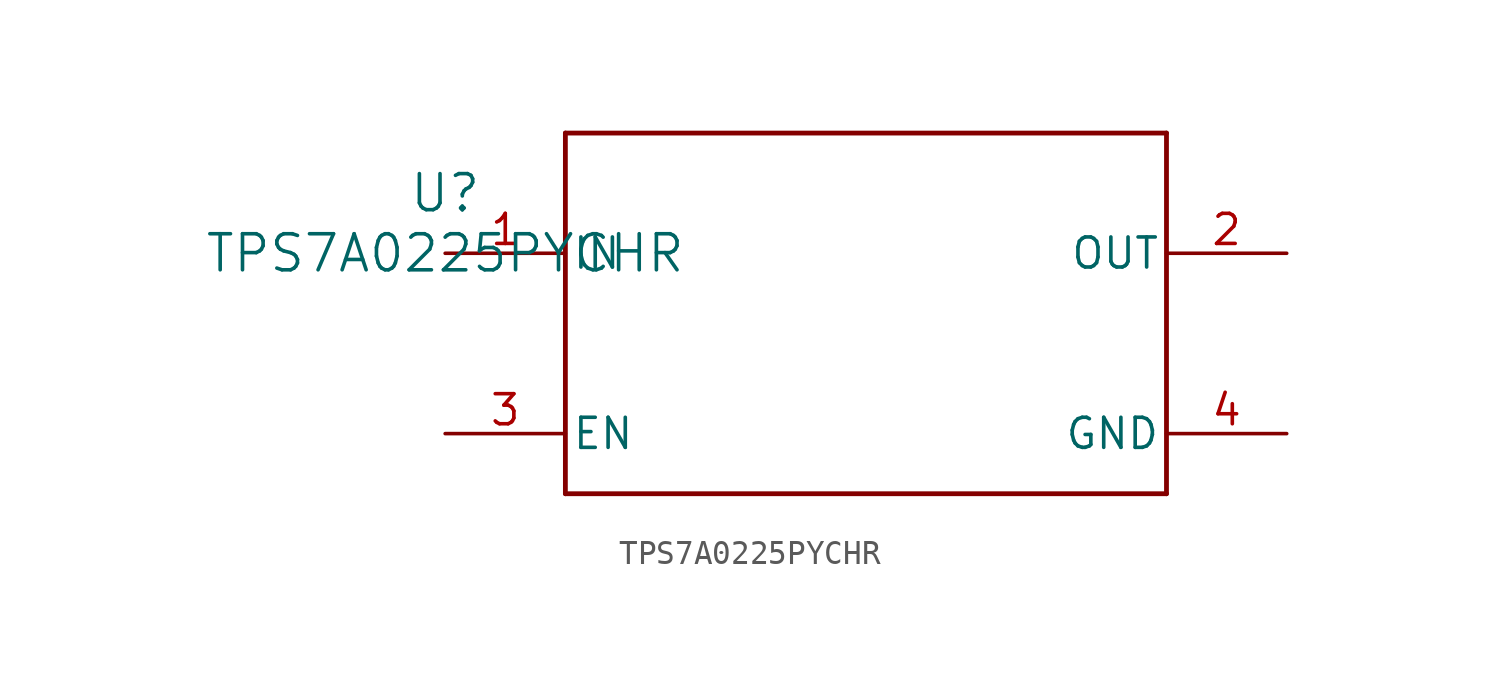
<source format=kicad_sym>
(kicad_symbol_lib
  (version 20211014)
  (generator kicad_symbol_editor)
  (symbol "TPS7A0225PYCHR"
    (pin_names
      (offset 0.254))
    (property "Reference" "U"
      (at 0 2.54 0)
      (effects (font (size 1.524 1.524))))
    (property "Value" "TPS7A0225PYCHR"
      (at 0 0 0)
      (effects (font (size 1.524 1.524))))
    (symbol "TPS7A0225PYCHR_0_1"
      (polyline (pts (xy 5.08 -10.16) (xy 30.48 -10.16)) (stroke (width 0.203) (type default) (color 0 0 0 0)) (fill (type none)))
      (polyline (pts (xy 30.48 -10.16) (xy 30.48 5.08)) (stroke (width 0.203) (type default) (color 0 0 0 0)) (fill (type none)))
      (polyline (pts (xy 30.48 5.08) (xy 5.08 5.08)) (stroke (width 0.203) (type default) (color 0 0 0 0)) (fill (type none)))
      (polyline (pts (xy 5.08 5.08) (xy 5.08 -10.16)) (stroke (width 0.203) (type default) (color 0 0 0 0)) (fill (type none)))
      (pin power_in line (at 0 0 0) (length 5.08) (name "IN" (effects (font (size 1.27 1.27)))) (number "1" (effects (font (size 1.27 1.27)))))
      (pin power_in line (at 35.56 0 180) (length 5.08) (name "OUT" (effects (font (size 1.27 1.27)))) (number "2" (effects (font (size 1.27 1.27)))))
      (pin input line (at 0 -7.62 0) (length 5.08) (name "EN" (effects (font (size 1.27 1.27)))) (number "3" (effects (font (size 1.27 1.27)))))
      (pin power_in line (at 35.56 -7.62 180) (length 5.08) (name "GND" (effects (font (size 1.27 1.27)))) (number "4" (effects (font (size 1.27 1.27))))))))
</source>
